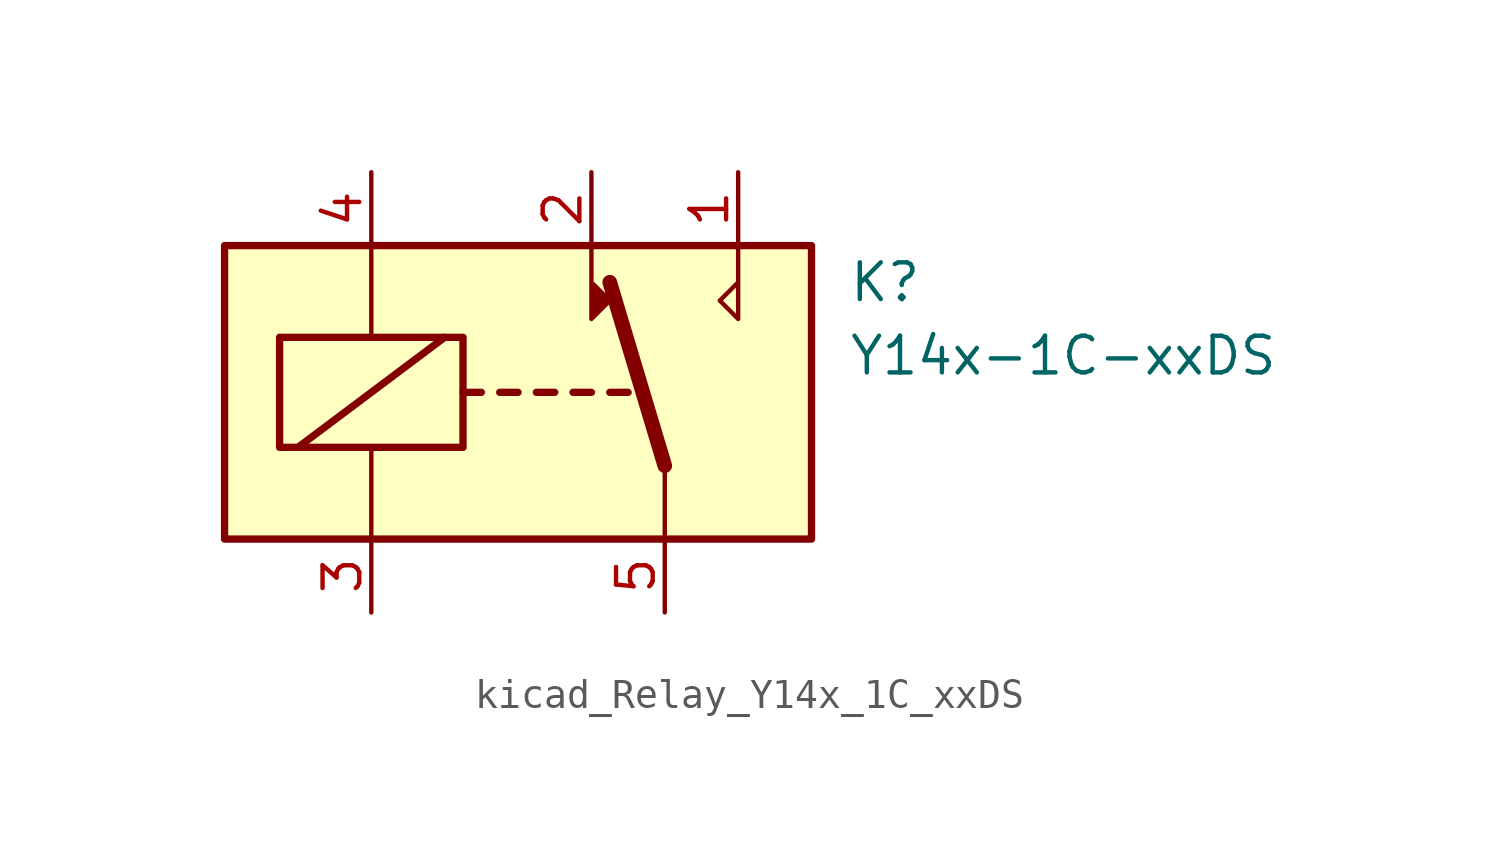
<source format=kicad_sym>
(kicad_symbol_lib
  (version 20220914)
  (generator kicad_symbol_editor)
  (symbol "kicad_Relay_Y14x_1C_xxDS"
    (property "Reference" "K"
      (at 11.43 3.81 0)
      (effects (font (size 1.27 1.27)) (justify left)))
    (property "Value" "Y14x-1C-xxDS"
      (at 11.43 1.27 0)
      (effects (font (size 1.27 1.27)) (justify left)))
    (symbol "kicad_Relay_Y14x_1C_xxDS_0_0"
      (polyline (pts (xy 7.62 5.08) (xy 7.62 2.54) (xy 6.985 3.175) (xy 7.62 3.81)) (stroke (width 0) (type default)) (fill (type none))))
    (symbol "kicad_Relay_Y14x_1C_xxDS_0_1"
      (rectangle (start -10.16 5.08) (end 10.16 -5.08) (stroke (width 0.254) (type default)) (fill (type background)))
      (rectangle (start -8.255 1.905) (end -1.905 -1.905) (stroke (width 0.254) (type default)) (fill (type none)))
      (polyline (pts (xy -7.62 -1.905) (xy -2.54 1.905)) (stroke (width 0.254) (type default)) (fill (type none)))
      (polyline (pts (xy -5.08 -5.08) (xy -5.08 -1.905)) (stroke (width 0) (type default)) (fill (type none)))
      (polyline (pts (xy -5.08 5.08) (xy -5.08 1.905)) (stroke (width 0) (type default)) (fill (type none)))
      (polyline (pts (xy -1.905 0) (xy -1.27 0)) (stroke (width 0.254) (type default)) (fill (type none)))
      (polyline (pts (xy -0.635 0) (xy 0 0)) (stroke (width 0.254) (type default)) (fill (type none)))
      (polyline (pts (xy 0.635 0) (xy 1.27 0)) (stroke (width 0.254) (type default)) (fill (type none)))
      (polyline (pts (xy 1.905 0) (xy 2.54 0)) (stroke (width 0.254) (type default)) (fill (type none)))
      (polyline (pts (xy 3.175 0) (xy 3.81 0)) (stroke (width 0.254) (type default)) (fill (type none)))
      (polyline (pts (xy 5.08 -2.54) (xy 3.175 3.81)) (stroke (width 0.508) (type default)) (fill (type none)))
      (polyline (pts (xy 5.08 -2.54) (xy 5.08 -5.08)) (stroke (width 0) (type default)) (fill (type none)))
      (polyline (pts (xy 2.54 5.08) (xy 2.54 2.54) (xy 3.175 3.175) (xy 2.54 3.81)) (stroke (width 0) (type default)) (fill (type outline))))
    (symbol "kicad_Relay_Y14x_1C_xxDS_1_1"
      (pin passive line (at 7.62 7.62 270) (length 2.54) (name "~" (effects (font (size 1.27 1.27)))) (number "1" (effects (font (size 1.27 1.27)))))
      (pin passive line (at 2.54 7.62 270) (length 2.54) (name "~" (effects (font (size 1.27 1.27)))) (number "2" (effects (font (size 1.27 1.27)))))
      (pin passive line (at -5.08 -7.62 90) (length 2.54) (name "~" (effects (font (size 1.27 1.27)))) (number "3" (effects (font (size 1.27 1.27)))))
      (pin passive line (at -5.08 7.62 270) (length 2.54) (name "~" (effects (font (size 1.27 1.27)))) (number "4" (effects (font (size 1.27 1.27)))))
      (pin passive line (at 5.08 -7.62 90) (length 2.54) (name "~" (effects (font (size 1.27 1.27)))) (number "5" (effects (font (size 1.27 1.27)))))
      (pin passive line (at 5.08 -7.62 90) (length 2.54) hide (name "~" (effects (font (size 1.27 1.27)))) (number "6" (effects (font (size 1.27 1.27))))))))
</source>
